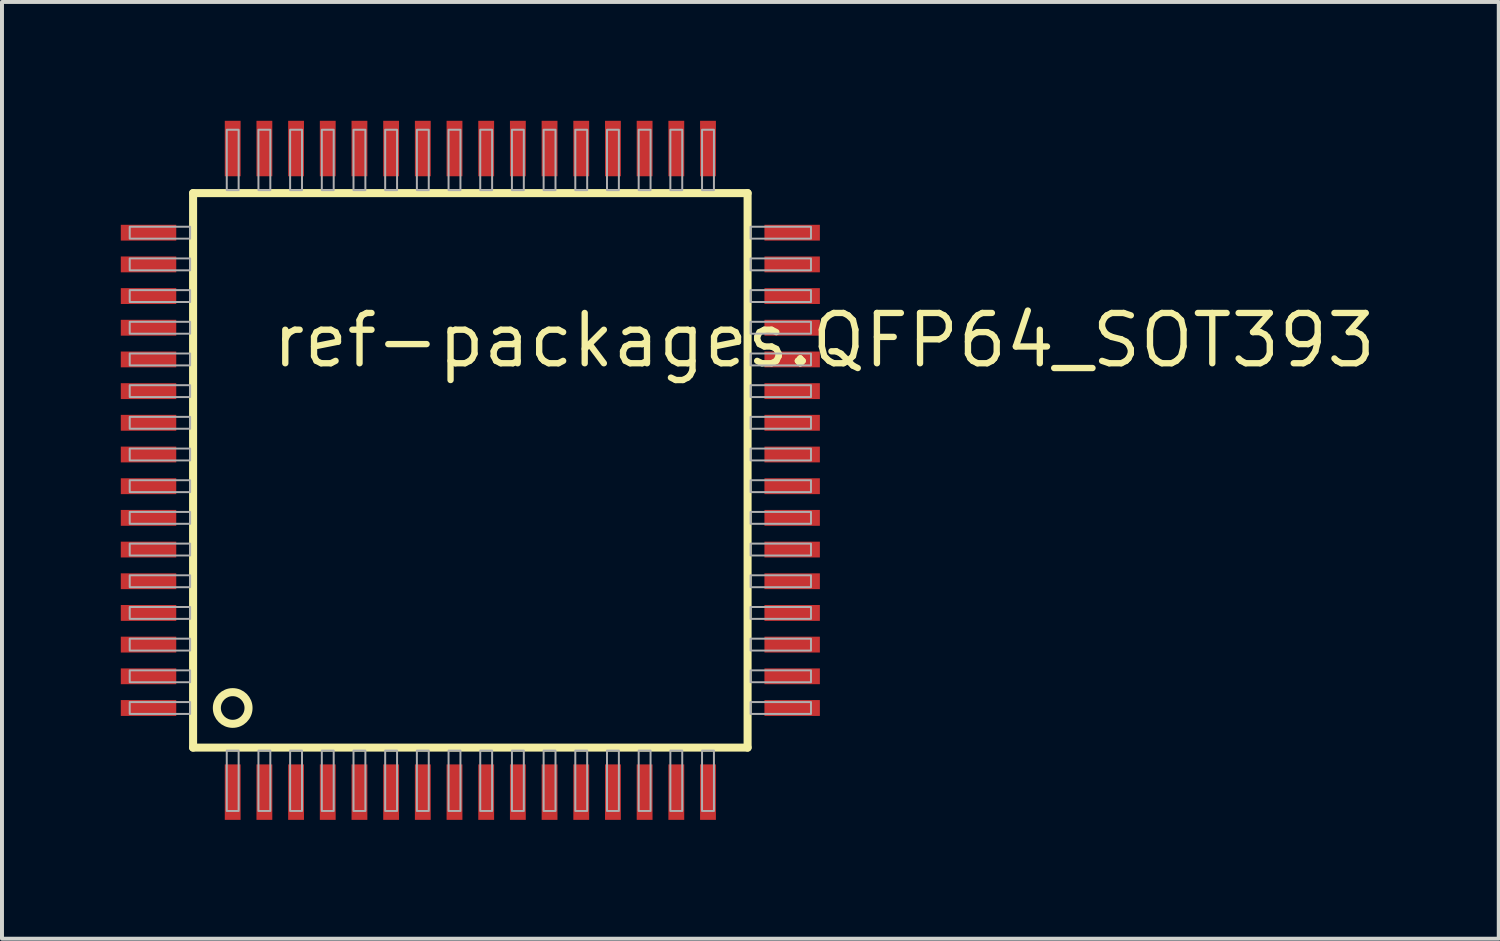
<source format=kicad_pcb>
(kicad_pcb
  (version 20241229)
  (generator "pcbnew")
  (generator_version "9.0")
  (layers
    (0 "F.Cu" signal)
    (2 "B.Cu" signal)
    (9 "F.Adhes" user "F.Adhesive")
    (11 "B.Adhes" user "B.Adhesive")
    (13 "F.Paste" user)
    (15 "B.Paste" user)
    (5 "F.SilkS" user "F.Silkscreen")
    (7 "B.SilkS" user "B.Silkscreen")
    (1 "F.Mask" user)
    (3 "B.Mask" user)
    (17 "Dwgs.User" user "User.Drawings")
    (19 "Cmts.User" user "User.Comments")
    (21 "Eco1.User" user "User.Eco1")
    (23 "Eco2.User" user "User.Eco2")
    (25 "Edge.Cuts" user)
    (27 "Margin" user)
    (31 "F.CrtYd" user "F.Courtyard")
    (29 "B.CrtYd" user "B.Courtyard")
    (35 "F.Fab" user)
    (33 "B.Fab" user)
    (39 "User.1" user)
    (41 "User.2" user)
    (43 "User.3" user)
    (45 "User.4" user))
  (footprint "ref-packages.QFP64_SOT393"
    (layer "F.Cu")
    (at 8.825 8.825)
    (property "Reference" "ref-packages.QFP64_SOT393" (at -5.08 -2.54 0) (layer "F.SilkS") (effects (font (size 1.27 1.27) (thickness 0.16)) (justify left bottom)))
    (attr smd)
    (fp_line (start -7 -7) (end 7 -7) (stroke (width 0.203) (type default)) (layer "F.SilkS"))
    (fp_line (start -7 7) (end -7 -7) (stroke (width 0.203) (type default)) (layer "F.SilkS"))
    (fp_line (start 7 -7) (end 7 7) (stroke (width 0.203) (type default)) (layer "F.SilkS"))
    (fp_line (start 7 7) (end -7 7) (stroke (width 0.203) (type default)) (layer "F.SilkS"))
    (fp_circle (center -6 6) (end -5.6 6) (stroke (width 0.203) (type default)) (fill no) (layer "F.SilkS"))
    (fp_rect (start -8.6 -5.85) (end -7.075 -6.15) (stroke (width 0.05) (type default)) (fill no) (layer "F.Fab"))
    (fp_rect (start -8.6 -5.05) (end -7.075 -5.35) (stroke (width 0.05) (type default)) (fill no) (layer "F.Fab"))
    (fp_rect (start -8.6 -4.25) (end -7.075 -4.55) (stroke (width 0.05) (type default)) (fill no) (layer "F.Fab"))
    (fp_rect (start -8.6 -3.45) (end -7.075 -3.75) (stroke (width 0.05) (type default)) (fill no) (layer "F.Fab"))
    (fp_rect (start -8.6 -2.65) (end -7.075 -2.95) (stroke (width 0.05) (type default)) (fill no) (layer "F.Fab"))
    (fp_rect (start -8.6 -1.85) (end -7.075 -2.15) (stroke (width 0.05) (type default)) (fill no) (layer "F.Fab"))
    (fp_rect (start -8.6 -1.05) (end -7.075 -1.35) (stroke (width 0.05) (type default)) (fill no) (layer "F.Fab"))
    (fp_rect (start -8.6 -0.25) (end -7.075 -0.55) (stroke (width 0.05) (type default)) (fill no) (layer "F.Fab"))
    (fp_rect (start -8.6 0.55) (end -7.075 0.25) (stroke (width 0.05) (type default)) (fill no) (layer "F.Fab"))
    (fp_rect (start -8.6 1.35) (end -7.075 1.05) (stroke (width 0.05) (type default)) (fill no) (layer "F.Fab"))
    (fp_rect (start -8.6 2.15) (end -7.075 1.85) (stroke (width 0.05) (type default)) (fill no) (layer "F.Fab"))
    (fp_rect (start -8.6 2.95) (end -7.075 2.65) (stroke (width 0.05) (type default)) (fill no) (layer "F.Fab"))
    (fp_rect (start -8.6 3.75) (end -7.075 3.45) (stroke (width 0.05) (type default)) (fill no) (layer "F.Fab"))
    (fp_rect (start -8.6 4.55) (end -7.075 4.25) (stroke (width 0.05) (type default)) (fill no) (layer "F.Fab"))
    (fp_rect (start -8.6 5.35) (end -7.075 5.05) (stroke (width 0.05) (type default)) (fill no) (layer "F.Fab"))
    (fp_rect (start -8.6 6.15) (end -7.075 5.85) (stroke (width 0.05) (type default)) (fill no) (layer "F.Fab"))
    (fp_rect (start -6.15 -7.075) (end -5.85 -8.6) (stroke (width 0.05) (type default)) (fill no) (layer "F.Fab"))
    (fp_rect (start -6.15 8.6) (end -5.85 7.075) (stroke (width 0.05) (type default)) (fill no) (layer "F.Fab"))
    (fp_rect (start -5.35 -7.075) (end -5.05 -8.6) (stroke (width 0.05) (type default)) (fill no) (layer "F.Fab"))
    (fp_rect (start -5.35 8.6) (end -5.05 7.075) (stroke (width 0.05) (type default)) (fill no) (layer "F.Fab"))
    (fp_rect (start -4.55 -7.075) (end -4.25 -8.6) (stroke (width 0.05) (type default)) (fill no) (layer "F.Fab"))
    (fp_rect (start -4.55 8.6) (end -4.25 7.075) (stroke (width 0.05) (type default)) (fill no) (layer "F.Fab"))
    (fp_rect (start -3.75 -7.075) (end -3.45 -8.6) (stroke (width 0.05) (type default)) (fill no) (layer "F.Fab"))
    (fp_rect (start -3.75 8.6) (end -3.45 7.075) (stroke (width 0.05) (type default)) (fill no) (layer "F.Fab"))
    (fp_rect (start -2.95 -7.075) (end -2.65 -8.6) (stroke (width 0.05) (type default)) (fill no) (layer "F.Fab"))
    (fp_rect (start -2.95 8.6) (end -2.65 7.075) (stroke (width 0.05) (type default)) (fill no) (layer "F.Fab"))
    (fp_rect (start -2.15 -7.075) (end -1.85 -8.6) (stroke (width 0.05) (type default)) (fill no) (layer "F.Fab"))
    (fp_rect (start -2.15 8.6) (end -1.85 7.075) (stroke (width 0.05) (type default)) (fill no) (layer "F.Fab"))
    (fp_rect (start -1.35 -7.075) (end -1.05 -8.6) (stroke (width 0.05) (type default)) (fill no) (layer "F.Fab"))
    (fp_rect (start -1.35 8.6) (end -1.05 7.075) (stroke (width 0.05) (type default)) (fill no) (layer "F.Fab"))
    (fp_rect (start -0.55 -7.075) (end -0.25 -8.6) (stroke (width 0.05) (type default)) (fill no) (layer "F.Fab"))
    (fp_rect (start -0.55 8.6) (end -0.25 7.075) (stroke (width 0.05) (type default)) (fill no) (layer "F.Fab"))
    (fp_rect (start 0.25 -7.075) (end 0.55 -8.6) (stroke (width 0.05) (type default)) (fill no) (layer "F.Fab"))
    (fp_rect (start 0.25 8.6) (end 0.55 7.075) (stroke (width 0.05) (type default)) (fill no) (layer "F.Fab"))
    (fp_rect (start 1.05 -7.075) (end 1.35 -8.6) (stroke (width 0.05) (type default)) (fill no) (layer "F.Fab"))
    (fp_rect (start 1.05 8.6) (end 1.35 7.075) (stroke (width 0.05) (type default)) (fill no) (layer "F.Fab"))
    (fp_rect (start 1.85 -7.075) (end 2.15 -8.6) (stroke (width 0.05) (type default)) (fill no) (layer "F.Fab"))
    (fp_rect (start 1.85 8.6) (end 2.15 7.075) (stroke (width 0.05) (type default)) (fill no) (layer "F.Fab"))
    (fp_rect (start 2.65 -7.075) (end 2.95 -8.6) (stroke (width 0.05) (type default)) (fill no) (layer "F.Fab"))
    (fp_rect (start 2.65 8.6) (end 2.95 7.075) (stroke (width 0.05) (type default)) (fill no) (layer "F.Fab"))
    (fp_rect (start 3.45 -7.075) (end 3.75 -8.6) (stroke (width 0.05) (type default)) (fill no) (layer "F.Fab"))
    (fp_rect (start 3.45 8.6) (end 3.75 7.075) (stroke (width 0.05) (type default)) (fill no) (layer "F.Fab"))
    (fp_rect (start 4.25 -7.075) (end 4.55 -8.6) (stroke (width 0.05) (type default)) (fill no) (layer "F.Fab"))
    (fp_rect (start 4.25 8.6) (end 4.55 7.075) (stroke (width 0.05) (type default)) (fill no) (layer "F.Fab"))
    (fp_rect (start 5.05 -7.075) (end 5.35 -8.6) (stroke (width 0.05) (type default)) (fill no) (layer "F.Fab"))
    (fp_rect (start 5.05 8.6) (end 5.35 7.075) (stroke (width 0.05) (type default)) (fill no) (layer "F.Fab"))
    (fp_rect (start 5.85 -7.075) (end 6.15 -8.6) (stroke (width 0.05) (type default)) (fill no) (layer "F.Fab"))
    (fp_rect (start 5.85 8.6) (end 6.15 7.075) (stroke (width 0.05) (type default)) (fill no) (layer "F.Fab"))
    (fp_rect (start 7.075 -5.85) (end 8.6 -6.15) (stroke (width 0.05) (type default)) (fill no) (layer "F.Fab"))
    (fp_rect (start 7.075 -5.05) (end 8.6 -5.35) (stroke (width 0.05) (type default)) (fill no) (layer "F.Fab"))
    (fp_rect (start 7.075 -4.25) (end 8.6 -4.55) (stroke (width 0.05) (type default)) (fill no) (layer "F.Fab"))
    (fp_rect (start 7.075 -3.45) (end 8.6 -3.75) (stroke (width 0.05) (type default)) (fill no) (layer "F.Fab"))
    (fp_rect (start 7.075 -2.65) (end 8.6 -2.95) (stroke (width 0.05) (type default)) (fill no) (layer "F.Fab"))
    (fp_rect (start 7.075 -1.85) (end 8.6 -2.15) (stroke (width 0.05) (type default)) (fill no) (layer "F.Fab"))
    (fp_rect (start 7.075 -1.05) (end 8.6 -1.35) (stroke (width 0.05) (type default)) (fill no) (layer "F.Fab"))
    (fp_rect (start 7.075 -0.25) (end 8.6 -0.55) (stroke (width 0.05) (type default)) (fill no) (layer "F.Fab"))
    (fp_rect (start 7.075 0.55) (end 8.6 0.25) (stroke (width 0.05) (type default)) (fill no) (layer "F.Fab"))
    (fp_rect (start 7.075 1.35) (end 8.6 1.05) (stroke (width 0.05) (type default)) (fill no) (layer "F.Fab"))
    (fp_rect (start 7.075 2.15) (end 8.6 1.85) (stroke (width 0.05) (type default)) (fill no) (layer "F.Fab"))
    (fp_rect (start 7.075 2.95) (end 8.6 2.65) (stroke (width 0.05) (type default)) (fill no) (layer "F.Fab"))
    (fp_rect (start 7.075 3.75) (end 8.6 3.45) (stroke (width 0.05) (type default)) (fill no) (layer "F.Fab"))
    (fp_rect (start 7.075 4.55) (end 8.6 4.25) (stroke (width 0.05) (type default)) (fill no) (layer "F.Fab"))
    (fp_rect (start 7.075 5.35) (end 8.6 5.05) (stroke (width 0.05) (type default)) (fill no) (layer "F.Fab"))
    (fp_rect (start 7.075 6.15) (end 8.6 5.85) (stroke (width 0.05) (type default)) (fill no) (layer "F.Fab"))
    (pad "1" smd roundrect (at -6 8.125) (size 0.4 1.4) (layers "F.Cu" "F.Mask" "F.Paste") (roundrect_rratio 0.01))
    (pad "2" smd roundrect (at -5.2 8.125) (size 0.4 1.4) (layers "F.Cu" "F.Mask" "F.Paste") (roundrect_rratio 0.01))
    (pad "3" smd roundrect (at -4.4 8.125) (size 0.4 1.4) (layers "F.Cu" "F.Mask" "F.Paste") (roundrect_rratio 0.01))
    (pad "4" smd roundrect (at -3.6 8.125) (size 0.4 1.4) (layers "F.Cu" "F.Mask" "F.Paste") (roundrect_rratio 0.01))
    (pad "5" smd roundrect (at -2.8 8.125) (size 0.4 1.4) (layers "F.Cu" "F.Mask" "F.Paste") (roundrect_rratio 0.01))
    (pad "6" smd roundrect (at -2 8.125) (size 0.4 1.4) (layers "F.Cu" "F.Mask" "F.Paste") (roundrect_rratio 0.01))
    (pad "7" smd roundrect (at -1.2 8.125) (size 0.4 1.4) (layers "F.Cu" "F.Mask" "F.Paste") (roundrect_rratio 0.01))
    (pad "8" smd roundrect (at -0.4 8.125) (size 0.4 1.4) (layers "F.Cu" "F.Mask" "F.Paste") (roundrect_rratio 0.01))
    (pad "9" smd roundrect (at 0.4 8.125) (size 0.4 1.4) (layers "F.Cu" "F.Mask" "F.Paste") (roundrect_rratio 0.01))
    (pad "10" smd roundrect (at 1.2 8.125) (size 0.4 1.4) (layers "F.Cu" "F.Mask" "F.Paste") (roundrect_rratio 0.01))
    (pad "11" smd roundrect (at 2 8.125) (size 0.4 1.4) (layers "F.Cu" "F.Mask" "F.Paste") (roundrect_rratio 0.01))
    (pad "12" smd roundrect (at 2.8 8.125) (size 0.4 1.4) (layers "F.Cu" "F.Mask" "F.Paste") (roundrect_rratio 0.01))
    (pad "13" smd roundrect (at 3.6 8.125) (size 0.4 1.4) (layers "F.Cu" "F.Mask" "F.Paste") (roundrect_rratio 0.01))
    (pad "14" smd roundrect (at 4.4 8.125) (size 0.4 1.4) (layers "F.Cu" "F.Mask" "F.Paste") (roundrect_rratio 0.01))
    (pad "15" smd roundrect (at 5.2 8.125) (size 0.4 1.4) (layers "F.Cu" "F.Mask" "F.Paste") (roundrect_rratio 0.01))
    (pad "16" smd roundrect (at 6 8.125) (size 0.4 1.4) (layers "F.Cu" "F.Mask" "F.Paste") (roundrect_rratio 0.01))
    (pad "17" smd roundrect (at 8.125 6) (size 1.4 0.4) (layers "F.Cu" "F.Mask" "F.Paste") (roundrect_rratio 0.01))
    (pad "18" smd roundrect (at 8.125 5.2) (size 1.4 0.4) (layers "F.Cu" "F.Mask" "F.Paste") (roundrect_rratio 0.01))
    (pad "19" smd roundrect (at 8.125 4.4) (size 1.4 0.4) (layers "F.Cu" "F.Mask" "F.Paste") (roundrect_rratio 0.01))
    (pad "20" smd roundrect (at 8.125 3.6) (size 1.4 0.4) (layers "F.Cu" "F.Mask" "F.Paste") (roundrect_rratio 0.01))
    (pad "21" smd roundrect (at 8.125 2.8) (size 1.4 0.4) (layers "F.Cu" "F.Mask" "F.Paste") (roundrect_rratio 0.01))
    (pad "22" smd roundrect (at 8.125 2) (size 1.4 0.4) (layers "F.Cu" "F.Mask" "F.Paste") (roundrect_rratio 0.01))
    (pad "23" smd roundrect (at 8.125 1.2) (size 1.4 0.4) (layers "F.Cu" "F.Mask" "F.Paste") (roundrect_rratio 0.01))
    (pad "24" smd roundrect (at 8.125 0.4) (size 1.4 0.4) (layers "F.Cu" "F.Mask" "F.Paste") (roundrect_rratio 0.01))
    (pad "25" smd roundrect (at 8.125 -0.4) (size 1.4 0.4) (layers "F.Cu" "F.Mask" "F.Paste") (roundrect_rratio 0.01))
    (pad "26" smd roundrect (at 8.125 -1.2) (size 1.4 0.4) (layers "F.Cu" "F.Mask" "F.Paste") (roundrect_rratio 0.01))
    (pad "27" smd roundrect (at 8.125 -2) (size 1.4 0.4) (layers "F.Cu" "F.Mask" "F.Paste") (roundrect_rratio 0.01))
    (pad "28" smd roundrect (at 8.125 -2.8) (size 1.4 0.4) (layers "F.Cu" "F.Mask" "F.Paste") (roundrect_rratio 0.01))
    (pad "29" smd roundrect (at 8.125 -3.6) (size 1.4 0.4) (layers "F.Cu" "F.Mask" "F.Paste") (roundrect_rratio 0.01))
    (pad "30" smd roundrect (at 8.125 -4.4) (size 1.4 0.4) (layers "F.Cu" "F.Mask" "F.Paste") (roundrect_rratio 0.01))
    (pad "31" smd roundrect (at 8.125 -5.2) (size 1.4 0.4) (layers "F.Cu" "F.Mask" "F.Paste") (roundrect_rratio 0.01))
    (pad "32" smd roundrect (at 8.125 -6) (size 1.4 0.4) (layers "F.Cu" "F.Mask" "F.Paste") (roundrect_rratio 0.01))
    (pad "33" smd roundrect (at 6 -8.125) (size 0.4 1.4) (layers "F.Cu" "F.Mask" "F.Paste") (roundrect_rratio 0.01))
    (pad "34" smd roundrect (at 5.2 -8.125) (size 0.4 1.4) (layers "F.Cu" "F.Mask" "F.Paste") (roundrect_rratio 0.01))
    (pad "35" smd roundrect (at 4.4 -8.125) (size 0.4 1.4) (layers "F.Cu" "F.Mask" "F.Paste") (roundrect_rratio 0.01))
    (pad "36" smd roundrect (at 3.6 -8.125) (size 0.4 1.4) (layers "F.Cu" "F.Mask" "F.Paste") (roundrect_rratio 0.01))
    (pad "37" smd roundrect (at 2.8 -8.125) (size 0.4 1.4) (layers "F.Cu" "F.Mask" "F.Paste") (roundrect_rratio 0.01))
    (pad "38" smd roundrect (at 2 -8.125) (size 0.4 1.4) (layers "F.Cu" "F.Mask" "F.Paste") (roundrect_rratio 0.01))
    (pad "39" smd roundrect (at 1.2 -8.125) (size 0.4 1.4) (layers "F.Cu" "F.Mask" "F.Paste") (roundrect_rratio 0.01))
    (pad "40" smd roundrect (at 0.4 -8.125) (size 0.4 1.4) (layers "F.Cu" "F.Mask" "F.Paste") (roundrect_rratio 0.01))
    (pad "41" smd roundrect (at -0.4 -8.125) (size 0.4 1.4) (layers "F.Cu" "F.Mask" "F.Paste") (roundrect_rratio 0.01))
    (pad "42" smd roundrect (at -1.2 -8.125) (size 0.4 1.4) (layers "F.Cu" "F.Mask" "F.Paste") (roundrect_rratio 0.01))
    (pad "43" smd roundrect (at -2 -8.125) (size 0.4 1.4) (layers "F.Cu" "F.Mask" "F.Paste") (roundrect_rratio 0.01))
    (pad "44" smd roundrect (at -2.8 -8.125) (size 0.4 1.4) (layers "F.Cu" "F.Mask" "F.Paste") (roundrect_rratio 0.01))
    (pad "45" smd roundrect (at -3.6 -8.125) (size 0.4 1.4) (layers "F.Cu" "F.Mask" "F.Paste") (roundrect_rratio 0.01))
    (pad "46" smd roundrect (at -4.4 -8.125) (size 0.4 1.4) (layers "F.Cu" "F.Mask" "F.Paste") (roundrect_rratio 0.01))
    (pad "47" smd roundrect (at -5.2 -8.125) (size 0.4 1.4) (layers "F.Cu" "F.Mask" "F.Paste") (roundrect_rratio 0.01))
    (pad "48" smd roundrect (at -6 -8.125) (size 0.4 1.4) (layers "F.Cu" "F.Mask" "F.Paste") (roundrect_rratio 0.01))
    (pad "49" smd roundrect (at -8.125 -6) (size 1.4 0.4) (layers "F.Cu" "F.Mask" "F.Paste") (roundrect_rratio 0.01))
    (pad "50" smd roundrect (at -8.125 -5.2) (size 1.4 0.4) (layers "F.Cu" "F.Mask" "F.Paste") (roundrect_rratio 0.01))
    (pad "51" smd roundrect (at -8.125 -4.4) (size 1.4 0.4) (layers "F.Cu" "F.Mask" "F.Paste") (roundrect_rratio 0.01))
    (pad "52" smd roundrect (at -8.125 -3.6) (size 1.4 0.4) (layers "F.Cu" "F.Mask" "F.Paste") (roundrect_rratio 0.01))
    (pad "53" smd roundrect (at -8.125 -2.8) (size 1.4 0.4) (layers "F.Cu" "F.Mask" "F.Paste") (roundrect_rratio 0.01))
    (pad "54" smd roundrect (at -8.125 -2) (size 1.4 0.4) (layers "F.Cu" "F.Mask" "F.Paste") (roundrect_rratio 0.01))
    (pad "55" smd roundrect (at -8.125 -1.2) (size 1.4 0.4) (layers "F.Cu" "F.Mask" "F.Paste") (roundrect_rratio 0.01))
    (pad "56" smd roundrect (at -8.125 -0.4) (size 1.4 0.4) (layers "F.Cu" "F.Mask" "F.Paste") (roundrect_rratio 0.01))
    (pad "57" smd roundrect (at -8.125 0.4) (size 1.4 0.4) (layers "F.Cu" "F.Mask" "F.Paste") (roundrect_rratio 0.01))
    (pad "58" smd roundrect (at -8.125 1.2) (size 1.4 0.4) (layers "F.Cu" "F.Mask" "F.Paste") (roundrect_rratio 0.01))
    (pad "59" smd roundrect (at -8.125 2) (size 1.4 0.4) (layers "F.Cu" "F.Mask" "F.Paste") (roundrect_rratio 0.01))
    (pad "60" smd roundrect (at -8.125 2.8) (size 1.4 0.4) (layers "F.Cu" "F.Mask" "F.Paste") (roundrect_rratio 0.01))
    (pad "61" smd roundrect (at -8.125 3.6) (size 1.4 0.4) (layers "F.Cu" "F.Mask" "F.Paste") (roundrect_rratio 0.01))
    (pad "62" smd roundrect (at -8.125 4.4) (size 1.4 0.4) (layers "F.Cu" "F.Mask" "F.Paste") (roundrect_rratio 0.01))
    (pad "63" smd roundrect (at -8.125 5.2) (size 1.4 0.4) (layers "F.Cu" "F.Mask" "F.Paste") (roundrect_rratio 0.01))
    (pad "64" smd roundrect (at -8.125 6) (size 1.4 0.4) (layers "F.Cu" "F.Mask" "F.Paste") (roundrect_rratio 0.01)))
  (gr_rect
    (start -3 -3)
    (end 34.79 20.65)
    (stroke (width 0.1) (type default))
    (fill no)
    (layer "Edge.Cuts")))
</source>
